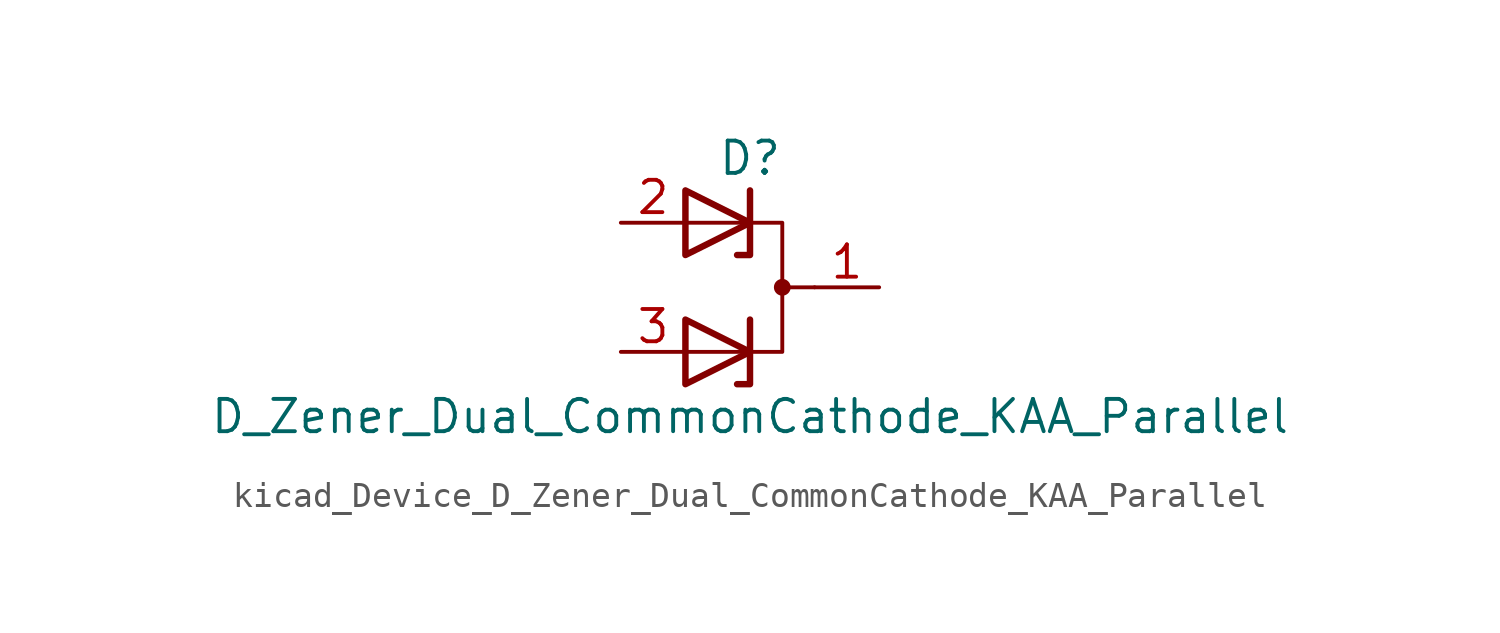
<source format=kicad_sym>
(kicad_symbol_lib
  (version 20220914)
  (generator kicad_symbol_editor)
  (symbol "kicad_Device_D_Zener_Dual_CommonCathode_KAA_Parallel"
    (pin_names
      (offset 0.762) hide)
    (property "Reference" "D"
      (at 0 5.08 0)
      (effects (font (size 1.27 1.27))))
    (property "Value" "D_Zener_Dual_CommonCathode_KAA_Parallel"
      (at 0 -5.08 0)
      (effects (font (size 1.27 1.27))))
    (symbol "kicad_Device_D_Zener_Dual_CommonCathode_KAA_Parallel_0_0"
      (polyline (pts (xy 0 -1.27) (xy 0 -3.81) (xy -0.508 -3.81)) (stroke (width 0.254) (type default)) (fill (type none)))
      (polyline (pts (xy 0 3.81) (xy 0 1.27) (xy -0.508 1.27)) (stroke (width 0.254) (type default)) (fill (type none))))
    (symbol "kicad_Device_D_Zener_Dual_CommonCathode_KAA_Parallel_0_1"
      (polyline (pts (xy 1.27 0) (xy 2.54 0)) (stroke (width 0) (type default)) (fill (type none)))
      (polyline (pts (xy -2.54 -2.54) (xy 1.27 -2.54) (xy 1.27 2.54) (xy -2.54 2.54)) (stroke (width 0) (type default)) (fill (type none)))
      (polyline (pts (xy -2.54 -1.27) (xy 0 -2.54) (xy -2.54 -3.81) (xy -2.54 -1.27) (xy -2.54 -1.27) (xy -2.54 -1.27)) (stroke (width 0.254) (type default)) (fill (type none)))
      (polyline (pts (xy -2.54 3.81) (xy 0 2.54) (xy -2.54 1.27) (xy -2.54 3.81) (xy -2.54 3.81) (xy -2.54 3.81)) (stroke (width 0.254) (type default)) (fill (type none)))
      (circle (center 1.27 0) (radius 0.254) (stroke (width 0) (type default)) (fill (type outline)))
      (pin passive line (at 5.08 0 180) (length 2.54) (name "A" (effects (font (size 1.27 1.27)))) (number "1" (effects (font (size 1.27 1.27)))))
      (pin passive line (at -5.08 2.54 0) (length 2.54) (name "K" (effects (font (size 1.27 1.27)))) (number "2" (effects (font (size 1.27 1.27)))))
      (pin passive line (at -5.08 -2.54 0) (length 2.54) (name "K" (effects (font (size 1.27 1.27)))) (number "3" (effects (font (size 1.27 1.27))))))))
</source>
